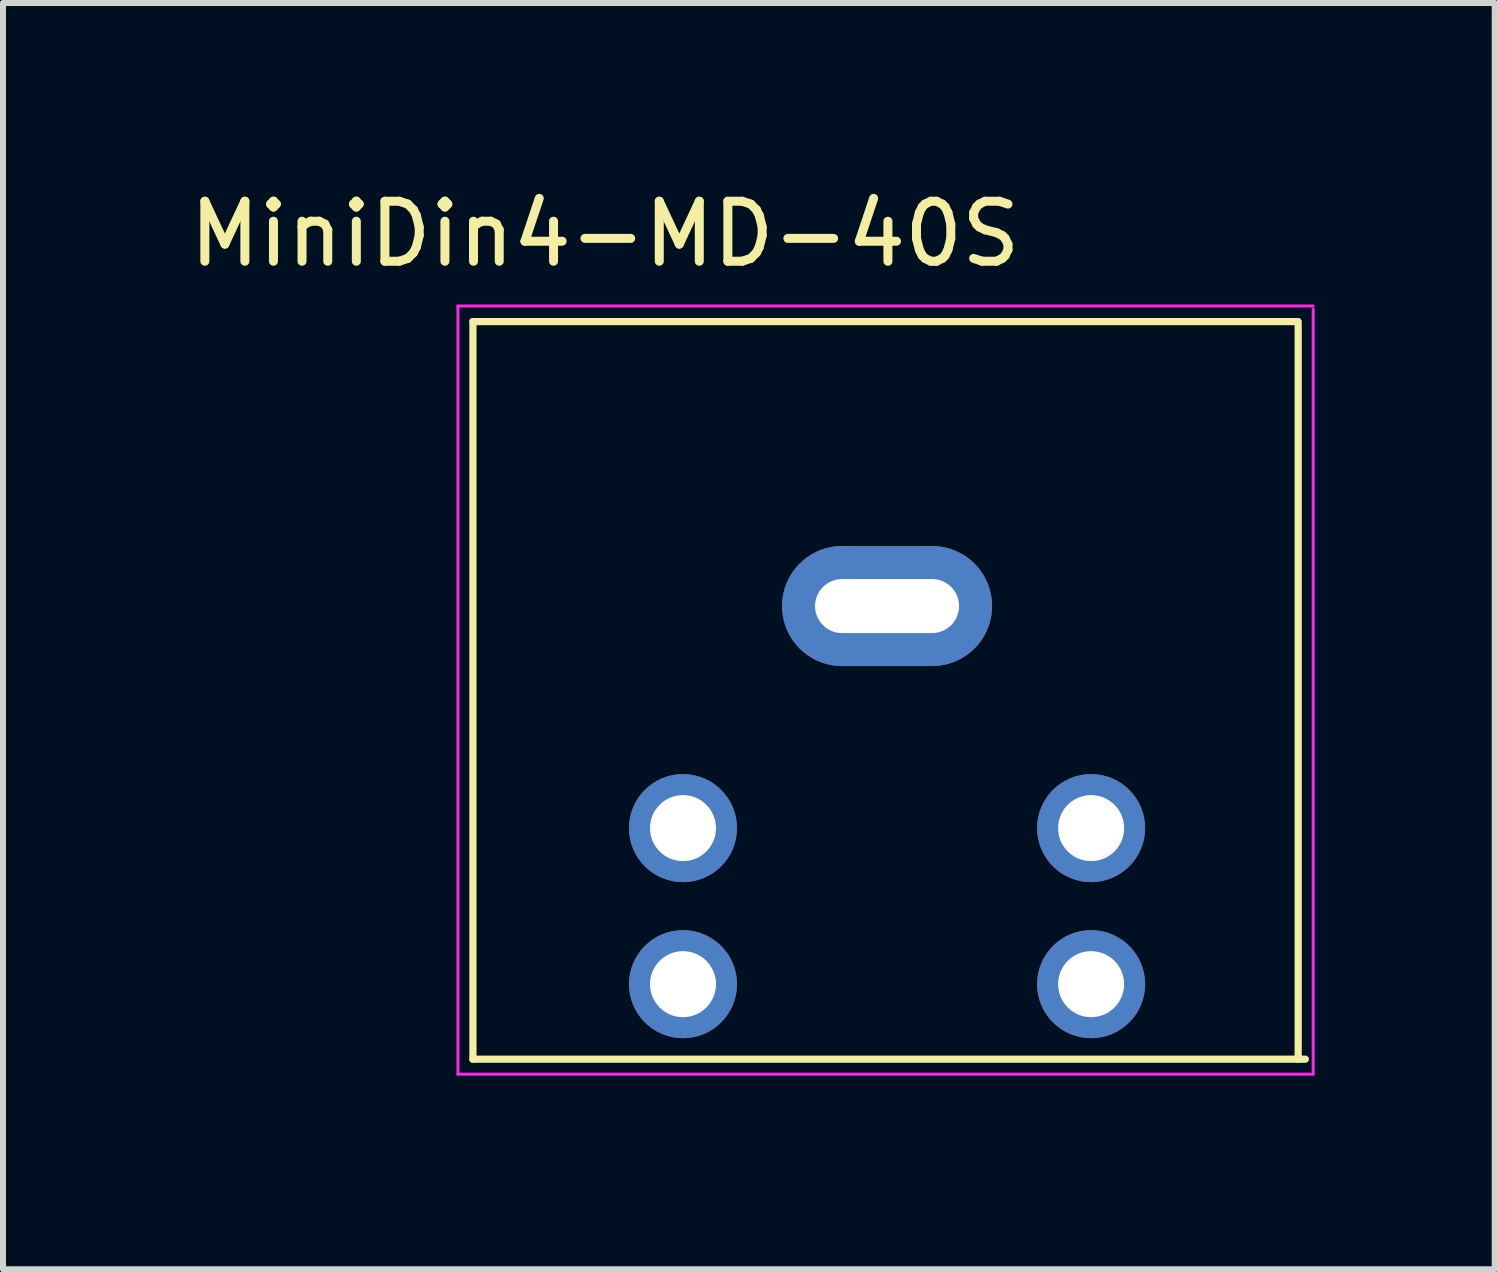
<source format=kicad_pcb>
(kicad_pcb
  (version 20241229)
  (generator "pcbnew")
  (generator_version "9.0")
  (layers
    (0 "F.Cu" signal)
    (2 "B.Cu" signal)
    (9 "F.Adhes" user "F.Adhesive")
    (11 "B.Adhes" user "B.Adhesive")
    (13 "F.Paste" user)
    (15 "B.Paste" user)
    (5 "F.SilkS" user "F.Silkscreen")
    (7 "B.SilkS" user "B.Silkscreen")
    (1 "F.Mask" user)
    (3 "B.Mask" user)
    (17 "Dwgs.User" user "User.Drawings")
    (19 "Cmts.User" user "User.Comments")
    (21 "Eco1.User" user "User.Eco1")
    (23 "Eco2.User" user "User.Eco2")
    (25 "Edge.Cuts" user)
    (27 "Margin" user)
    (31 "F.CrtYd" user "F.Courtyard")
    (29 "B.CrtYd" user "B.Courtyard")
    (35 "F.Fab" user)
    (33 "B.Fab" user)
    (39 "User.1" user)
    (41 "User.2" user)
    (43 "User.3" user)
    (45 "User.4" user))
  (footprint "MiniDin4-MD-40S"
    (layer "F.Cu")
    (at 7.33 14.848)
    (property "Reference" "MiniDin4-MD-40S" (at -0.3 -14 0) (layer "F.SilkS") (effects (font (size 1 1) (thickness 0.15))))
    (attr through_hole)
    (fp_line (start -2.5 -0.25) (end -2.5 -12.54) (stroke (width 0.12) (type solid)) (layer "F.SilkS"))
    (fp_line (start 11.25 -12.54) (end -2.5 -12.54) (stroke (width 0.12) (type solid)) (layer "F.SilkS"))
    (fp_line (start 11.25 -0.25) (end 11.25 -12.5) (stroke (width 0.12) (type solid)) (layer "F.SilkS"))
    (fp_line (start 11.37 -0.25) (end -2.5 -0.25) (stroke (width 0.12) (type solid)) (layer "F.SilkS"))
    (fp_line (start -2.75 -12.8) (end -2.75 0) (stroke (width 0.05) (type solid)) (layer "F.CrtYd"))
    (fp_line (start 11.5 -12.8) (end -2.75 -12.8) (stroke (width 0.05) (type solid)) (layer "F.CrtYd"))
    (fp_line (start 11.5 0) (end -2.75 0) (stroke (width 0.05) (type solid)) (layer "F.CrtYd"))
    (fp_line (start 11.5 0) (end 11.5 -12.75) (stroke (width 0.05) (type solid)) (layer "F.CrtYd"))
    (pad "" thru_hole oval (at 4.4 -7.8) (size 3.5 2) (drill oval 2.4 0.9) (layers "*.Cu" "*.Mask"))
    (pad "1" thru_hole circle (at 1 -4.1) (size 1.8 1.8) (drill 1.1) (layers "*.Cu" "*.Mask"))
    (pad "2" thru_hole circle (at 7.8 -4.1) (size 1.8 1.8) (drill 1.1) (layers "*.Cu" "*.Mask"))
    (pad "3" thru_hole circle (at 1 -1.5) (size 1.8 1.8) (drill 1.1) (layers "*.Cu" "*.Mask"))
    (pad "4" thru_hole circle (at 7.8 -1.5) (size 1.8 1.8) (drill 1.1) (layers "*.Cu" "*.Mask")))
  (gr_rect
    (start -3 -3)
    (end 21.855 18.098)
    (stroke (width 0.1) (type default))
    (fill no)
    (layer "Edge.Cuts")))
</source>
